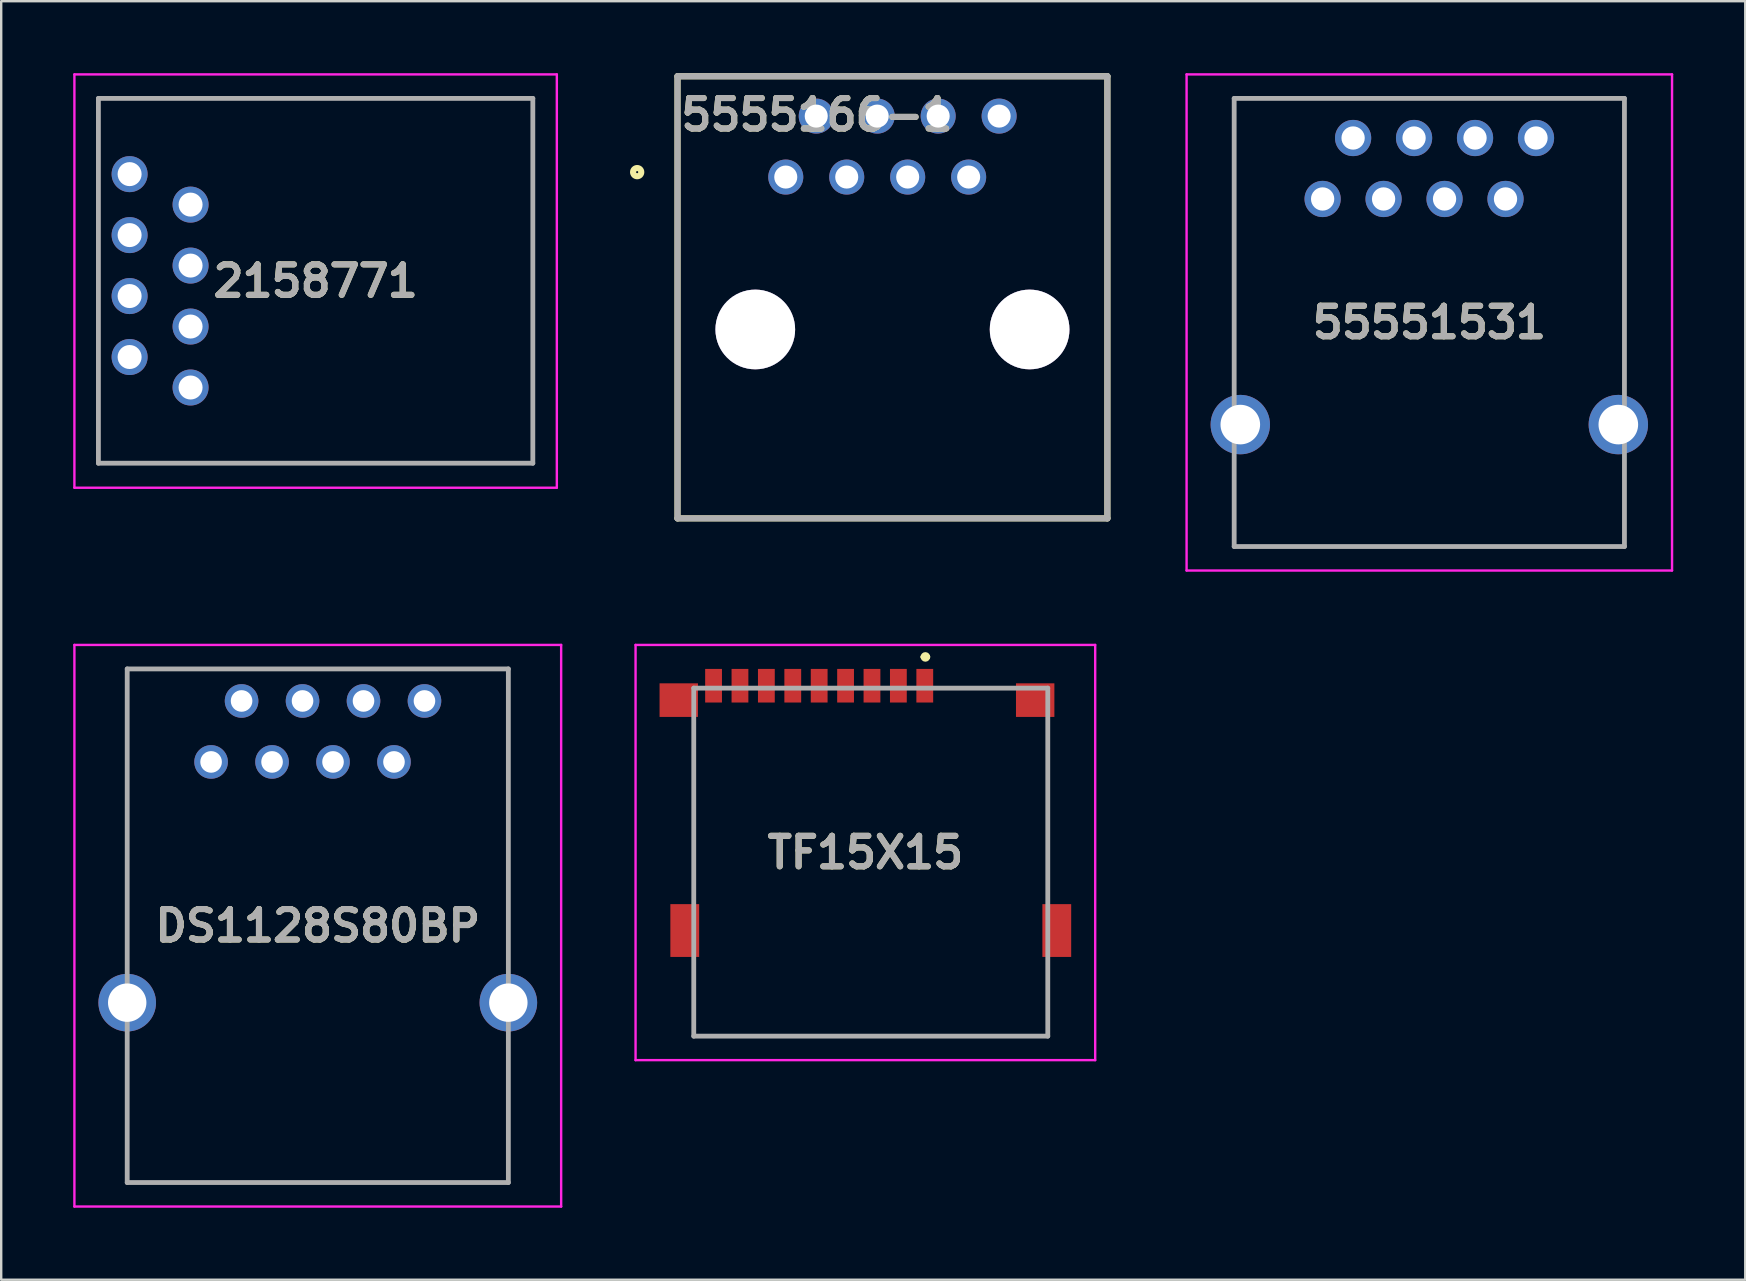
<source format=kicad_pcb>
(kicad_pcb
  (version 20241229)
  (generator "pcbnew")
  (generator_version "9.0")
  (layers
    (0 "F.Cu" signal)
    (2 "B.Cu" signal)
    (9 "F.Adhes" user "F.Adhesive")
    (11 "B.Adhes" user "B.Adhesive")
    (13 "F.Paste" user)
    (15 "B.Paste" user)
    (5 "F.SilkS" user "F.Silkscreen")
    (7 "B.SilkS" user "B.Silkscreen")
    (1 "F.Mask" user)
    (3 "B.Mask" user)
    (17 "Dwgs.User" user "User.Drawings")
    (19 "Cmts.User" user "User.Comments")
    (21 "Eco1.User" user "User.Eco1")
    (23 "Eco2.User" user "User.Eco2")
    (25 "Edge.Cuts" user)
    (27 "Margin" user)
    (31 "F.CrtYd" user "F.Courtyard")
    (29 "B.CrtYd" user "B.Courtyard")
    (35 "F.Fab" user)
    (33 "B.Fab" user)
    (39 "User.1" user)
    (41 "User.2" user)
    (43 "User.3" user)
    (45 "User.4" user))
  (footprint "TF15X15"
    (layer "F.Cu")
    (at 33.005 32.47)
    (property "Reference" "TF15X15" (at 0 0 0) (layer "F.SilkS") (effects (font (size 1.27 1.27) (thickness 0.254))))
    (attr through_hole)
    (fp_line (start -7.15 -5.35) (end -7.15 1.85) (stroke (width 0.1) (type solid)) (layer "F.SilkS"))
    (fp_line (start -7.15 4.55) (end -7.15 7.65) (stroke (width 0.1) (type solid)) (layer "F.SilkS"))
    (fp_line (start -7.15 7.65) (end 7.6 7.65) (stroke (width 0.1) (type solid)) (layer "F.SilkS"))
    (fp_line (start 2.4 -8.15) (end 2.4 -8.15) (stroke (width 0.2) (type solid)) (layer "F.SilkS"))
    (fp_line (start 2.6 -8.15) (end 2.6 -8.15) (stroke (width 0.2) (type solid)) (layer "F.SilkS"))
    (fp_line (start 6.1 -6.85) (end 3.1 -6.85) (stroke (width 0.1) (type solid)) (layer "F.SilkS"))
    (fp_line (start 7.6 1.85) (end 7.6 -5.35) (stroke (width 0.1) (type solid)) (layer "F.SilkS"))
    (fp_line (start 7.6 7.65) (end 7.6 4.55) (stroke (width 0.1) (type solid)) (layer "F.SilkS"))
    (fp_arc (start 2.4 -8.15) (mid 2.5 -8.25) (end 2.6 -8.15) (stroke (width 0.2) (type solid)) (layer "F.SilkS"))
    (fp_arc (start 2.6 -8.15) (mid 2.5 -8.05) (end 2.4 -8.15) (stroke (width 0.2) (type solid)) (layer "F.SilkS"))
    (fp_line (start -9.575 -8.65) (end 9.575 -8.65) (stroke (width 0.1) (type solid)) (layer "F.CrtYd"))
    (fp_line (start -9.575 8.65) (end -9.575 -8.65) (stroke (width 0.1) (type solid)) (layer "F.CrtYd"))
    (fp_line (start 9.575 -8.65) (end 9.575 8.65) (stroke (width 0.1) (type solid)) (layer "F.CrtYd"))
    (fp_line (start 9.575 8.65) (end -9.575 8.65) (stroke (width 0.1) (type solid)) (layer "F.CrtYd"))
    (fp_line (start -7.15 -6.85) (end 7.6 -6.85) (stroke (width 0.2) (type solid)) (layer "F.Fab"))
    (fp_line (start -7.15 7.65) (end -7.15 -6.85) (stroke (width 0.2) (type solid)) (layer "F.Fab"))
    (fp_line (start 7.6 -6.85) (end 7.6 7.65) (stroke (width 0.2) (type solid)) (layer "F.Fab"))
    (fp_line (start 7.6 7.65) (end -7.15 7.65) (stroke (width 0.2) (type solid)) (layer "F.Fab"))
    (fp_text user "${REFERENCE}" (at 0 0 0) (layer "F.Fab") (effects (font (size 1.27 1.27) (thickness 0.254))))
    (pad "" np_thru_hole circle (at -4.725 3.65) (size 0.001 0.001) (drill 0.9) (layers "*.Cu" "*.Mask"))
    (pad "" np_thru_hole circle (at 3.275 3.65) (size 0.001 0.001) (drill 0.9) (layers "*.Cu" "*.Mask"))
    (pad "1" smd rect (at 2.475 -6.95) (size 0.7 1.4) (layers "F.Cu" "F.Mask" "F.Paste"))
    (pad "2" smd rect (at 1.375 -6.95) (size 0.7 1.4) (layers "F.Cu" "F.Mask" "F.Paste"))
    (pad "3" smd rect (at 0.275 -6.95) (size 0.7 1.4) (layers "F.Cu" "F.Mask" "F.Paste"))
    (pad "4" smd rect (at -0.825 -6.95) (size 0.7 1.4) (layers "F.Cu" "F.Mask" "F.Paste"))
    (pad "5" smd rect (at -1.925 -6.95) (size 0.7 1.4) (layers "F.Cu" "F.Mask" "F.Paste"))
    (pad "6" smd rect (at -3.025 -6.95) (size 0.7 1.4) (layers "F.Cu" "F.Mask" "F.Paste"))
    (pad "7" smd rect (at -4.125 -6.95) (size 0.7 1.4) (layers "F.Cu" "F.Mask" "F.Paste"))
    (pad "8" smd rect (at -5.225 -6.95) (size 0.7 1.4) (layers "F.Cu" "F.Mask" "F.Paste"))
    (pad "9" smd rect (at -6.325 -6.95) (size 0.7 1.4) (layers "F.Cu" "F.Mask" "F.Paste"))
    (pad "MP1" smd rect (at -7.775 -6.35 90) (size 1.4 1.6) (layers "F.Cu" "F.Mask" "F.Paste"))
    (pad "MP2" smd rect (at 7.075 -6.35 90) (size 1.4 1.6) (layers "F.Cu" "F.Mask" "F.Paste"))
    (pad "MP3" smd rect (at -7.525 3.25) (size 1.2 2.2) (layers "F.Cu" "F.Mask" "F.Paste"))
    (pad "MP4" smd rect (at 7.975 3.25) (size 1.2 2.2) (layers "F.Cu" "F.Mask" "F.Paste")))
  (footprint "2158771"
    (layer "F.Cu")
    (at 2.35 4.205)
    (property "Reference" "2158771" (at 7.75 4.455 0) (layer "F.SilkS") (effects (font (size 1.27 1.27) (thickness 0.254))))
    (attr through_hole)
    (fp_line (start -1.3 -3.155) (end -1.3 12.065) (stroke (width 0.1) (type solid)) (layer "F.SilkS"))
    (fp_line (start -1.3 12.065) (end 16.8 12.065) (stroke (width 0.1) (type solid)) (layer "F.SilkS"))
    (fp_line (start 16.8 -3.155) (end -1.3 -3.155) (stroke (width 0.1) (type solid)) (layer "F.SilkS"))
    (fp_line (start 16.8 12.065) (end 16.8 -3.155) (stroke (width 0.1) (type solid)) (layer "F.SilkS"))
    (fp_line (start -2.3 -4.155) (end -2.3 13.065) (stroke (width 0.1) (type solid)) (layer "F.CrtYd"))
    (fp_line (start -2.3 13.065) (end 17.8 13.065) (stroke (width 0.1) (type solid)) (layer "F.CrtYd"))
    (fp_line (start 17.8 -4.155) (end -2.3 -4.155) (stroke (width 0.1) (type solid)) (layer "F.CrtYd"))
    (fp_line (start 17.8 13.065) (end 17.8 -4.155) (stroke (width 0.1) (type solid)) (layer "F.CrtYd"))
    (fp_line (start -1.3 -3.155) (end -1.3 12.045) (stroke (width 0.2) (type solid)) (layer "F.Fab"))
    (fp_line (start -1.3 12.045) (end 16.8 12.045) (stroke (width 0.2) (type solid)) (layer "F.Fab"))
    (fp_line (start 16.8 -3.155) (end -1.3 -3.155) (stroke (width 0.2) (type solid)) (layer "F.Fab"))
    (fp_line (start 16.8 12.045) (end 16.8 -3.155) (stroke (width 0.2) (type solid)) (layer "F.Fab"))
    (fp_text user "${REFERENCE}" (at 7.75 4.455 0) (layer "F.Fab") (effects (font (size 1.27 1.27) (thickness 0.254))))
    (pad "" np_thru_hole circle (at 8.9 -1.27) (size 0.001 0.001) (drill 3.33) (layers "*.Cu" "*.Mask"))
    (pad "" np_thru_hole circle (at 8.9 10.16) (size 0.001 0.001) (drill 3.33) (layers "*.Cu" "*.Mask"))
    (pad "1" thru_hole circle (at 0 0) (size 1.5 1.5) (drill 1) (layers "*.Cu" "*.Mask"))
    (pad "2" thru_hole circle (at 2.54 1.27) (size 1.5 1.5) (drill 1) (layers "*.Cu" "*.Mask"))
    (pad "3" thru_hole circle (at 0 2.54) (size 1.5 1.5) (drill 1) (layers "*.Cu" "*.Mask"))
    (pad "4" thru_hole circle (at 2.54 3.81) (size 1.5 1.5) (drill 1) (layers "*.Cu" "*.Mask"))
    (pad "5" thru_hole circle (at 0 5.08) (size 1.5 1.5) (drill 1) (layers "*.Cu" "*.Mask"))
    (pad "6" thru_hole circle (at 2.54 6.35) (size 1.5 1.5) (drill 1) (layers "*.Cu" "*.Mask"))
    (pad "7" thru_hole circle (at 0 7.62) (size 1.5 1.5) (drill 1) (layers "*.Cu" "*.Mask"))
    (pad "8" thru_hole circle (at 2.54 8.89) (size 1.5 1.5) (drill 1) (layers "*.Cu" "*.Mask")))
  (footprint "DS1128S80BP"
    (layer "F.Cu")
    (at 14.635 26.155)
    (property "Reference" "DS1128S80BP" (at -4.445 9.365 0) (layer "F.SilkS") (effects (font (size 1.27 1.27) (thickness 0.254))))
    (attr through_hole)
    (fp_line (start -12.385 -1.335) (end 3.495 -1.335) (stroke (width 0.1) (type solid)) (layer "F.SilkS"))
    (fp_line (start -12.385 10.16) (end -12.385 -1.335) (stroke (width 0.1) (type solid)) (layer "F.SilkS"))
    (fp_line (start -12.385 15.24) (end -12.385 20.065) (stroke (width 0.1) (type solid)) (layer "F.SilkS"))
    (fp_line (start -12.385 20.065) (end 3.495 20.065) (stroke (width 0.1) (type solid)) (layer "F.SilkS"))
    (fp_line (start 3.495 -1.335) (end 3.495 10.16) (stroke (width 0.1) (type solid)) (layer "F.SilkS"))
    (fp_line (start 3.495 20.065) (end 3.495 15.24) (stroke (width 0.1) (type solid)) (layer "F.SilkS"))
    (fp_line (start -14.585 -2.335) (end 5.695 -2.335) (stroke (width 0.1) (type solid)) (layer "F.CrtYd"))
    (fp_line (start -14.585 21.065) (end -14.585 -2.335) (stroke (width 0.1) (type solid)) (layer "F.CrtYd"))
    (fp_line (start 5.695 -2.335) (end 5.695 21.065) (stroke (width 0.1) (type solid)) (layer "F.CrtYd"))
    (fp_line (start 5.695 21.065) (end -14.585 21.065) (stroke (width 0.1) (type solid)) (layer "F.CrtYd"))
    (fp_line (start -12.385 -1.335) (end 3.495 -1.335) (stroke (width 0.2) (type solid)) (layer "F.Fab"))
    (fp_line (start -12.385 20.065) (end -12.385 -1.335) (stroke (width 0.2) (type solid)) (layer "F.Fab"))
    (fp_line (start 3.495 -1.335) (end 3.495 20.065) (stroke (width 0.2) (type solid)) (layer "F.Fab"))
    (fp_line (start 3.495 20.065) (end -12.385 20.065) (stroke (width 0.2) (type solid)) (layer "F.Fab"))
    (fp_text user "${REFERENCE}" (at -4.445 9.365 0) (layer "F.Fab") (effects (font (size 1.27 1.27) (thickness 0.254))))
    (pad "" np_thru_hole circle (at -10.16 8.89) (size 0.001 0.001) (drill 3.25) (layers "*.Cu" "*.Mask"))
    (pad "" np_thru_hole circle (at 1.27 8.89) (size 0.001 0.001) (drill 3.25) (layers "*.Cu" "*.Mask"))
    (pad "1" thru_hole circle (at 0 0) (size 1.4 1.4) (drill 0.9) (layers "*.Cu" "*.Mask"))
    (pad "2" thru_hole circle (at -1.27 2.54) (size 1.4 1.4) (drill 0.9) (layers "*.Cu" "*.Mask"))
    (pad "3" thru_hole circle (at -2.54 0) (size 1.4 1.4) (drill 0.9) (layers "*.Cu" "*.Mask"))
    (pad "4" thru_hole circle (at -3.81 2.54) (size 1.4 1.4) (drill 0.9) (layers "*.Cu" "*.Mask"))
    (pad "5" thru_hole circle (at -5.08 0) (size 1.4 1.4) (drill 0.9) (layers "*.Cu" "*.Mask"))
    (pad "6" thru_hole circle (at -6.35 2.54) (size 1.4 1.4) (drill 0.9) (layers "*.Cu" "*.Mask"))
    (pad "7" thru_hole circle (at -7.62 0) (size 1.4 1.4) (drill 0.9) (layers "*.Cu" "*.Mask"))
    (pad "8" thru_hole circle (at -8.89 2.54) (size 1.4 1.4) (drill 0.9) (layers "*.Cu" "*.Mask"))
    (pad "MH3" thru_hole circle (at 3.495 12.57) (size 2.4 2.4) (drill 1.6) (layers "*.Cu" "*.Mask"))
    (pad "MH4" thru_hole circle (at -12.385 12.57) (size 2.4 2.4) (drill 1.6) (layers "*.Cu" "*.Mask")))
  (footprint "5555166-1"
    (layer "F.Cu")
    (at 43.088 18.547)
    (property "Reference" "5555166-1" (at -12.102 -16.817 0) (layer "F.SilkS") (effects (font (size 1.27 1.27) (thickness 0.254))))
    (attr through_hole)
    (fp_line (start -17.91 -18.42) (end -17.91 0) (stroke (width 0.254) (type solid)) (layer "F.SilkS"))
    (fp_line (start -17.91 0) (end 0 0) (stroke (width 0.254) (type solid)) (layer "F.SilkS"))
    (fp_line (start 0 -18.42) (end -17.91 -18.42) (stroke (width 0.254) (type solid)) (layer "F.SilkS"))
    (fp_line (start 0 0) (end 0 -18.42) (stroke (width 0.254) (type solid)) (layer "F.SilkS"))
    (fp_circle (center -19.591 -14.425) (end -19.591 -14.254) (stroke (width 0.254) (type solid)) (fill no) (layer "F.SilkS"))
    (fp_line (start -17.91 -18.42) (end 0 -18.42) (stroke (width 0.254) (type solid)) (layer "F.Fab"))
    (fp_line (start -17.91 0) (end -17.91 -18.42) (stroke (width 0.254) (type solid)) (layer "F.Fab"))
    (fp_line (start 0 -18.42) (end 0 0) (stroke (width 0.254) (type solid)) (layer "F.Fab"))
    (fp_line (start 0 0) (end -17.91 0) (stroke (width 0.254) (type solid)) (layer "F.Fab"))
    (fp_text user "${REFERENCE}" (at -12.102 -16.817 0) (layer "F.Fab") (effects (font (size 1.27 1.27) (thickness 0.254))))
    (pad "" thru_hole circle (at -14.67 -7.87) (size 3.32 3.32) (drill 3.32) (layers "*.Cu" "*.Mask"))
    (pad "" thru_hole circle (at -3.24 -7.87) (size 3.32 3.32) (drill 3.32) (layers "*.Cu" "*.Mask"))
    (pad "1" thru_hole circle (at -12.13 -16.76) (size 1.46 1.46) (drill 0.96) (layers "*.Cu" "*.Mask"))
    (pad "2" thru_hole circle (at -9.59 -16.76) (size 1.46 1.46) (drill 0.96) (layers "*.Cu" "*.Mask"))
    (pad "3" thru_hole circle (at -7.05 -16.76) (size 1.46 1.46) (drill 0.96) (layers "*.Cu" "*.Mask"))
    (pad "4" thru_hole circle (at -4.51 -16.76) (size 1.46 1.46) (drill 0.96) (layers "*.Cu" "*.Mask"))
    (pad "5" thru_hole circle (at -13.4 -14.22) (size 1.46 1.46) (drill 0.96) (layers "*.Cu" "*.Mask"))
    (pad "6" thru_hole circle (at -10.86 -14.22) (size 1.46 1.46) (drill 0.96) (layers "*.Cu" "*.Mask"))
    (pad "7" thru_hole circle (at -8.32 -14.22) (size 1.46 1.46) (drill 0.96) (layers "*.Cu" "*.Mask"))
    (pad "8" thru_hole circle (at -5.78 -14.22) (size 1.46 1.46) (drill 0.96) (layers "*.Cu" "*.Mask")))
  (footprint "55551531"
    (layer "F.Cu")
    (at 56.501 10.385)
    (property "Reference" "55551531" (at 0 0 0) (layer "F.SilkS") (effects (font (size 1.27 1.27) (thickness 0.254))))
    (attr through_hole)
    (fp_line (start -8.13 -9.335) (end 8.13 -9.335) (stroke (width 0.1) (type solid)) (layer "F.SilkS"))
    (fp_line (start -8.13 1.715) (end -8.13 -9.335) (stroke (width 0.1) (type solid)) (layer "F.SilkS"))
    (fp_line (start -8.13 6.795) (end -8.13 9.335) (stroke (width 0.1) (type solid)) (layer "F.SilkS"))
    (fp_line (start -8.13 9.335) (end 8.13 9.335) (stroke (width 0.1) (type solid)) (layer "F.SilkS"))
    (fp_line (start 8.13 -9.335) (end 8.13 1.715) (stroke (width 0.1) (type solid)) (layer "F.SilkS"))
    (fp_line (start 8.13 9.335) (end 8.13 6.795) (stroke (width 0.1) (type solid)) (layer "F.SilkS"))
    (fp_line (start -10.113 -10.335) (end 10.113 -10.335) (stroke (width 0.1) (type solid)) (layer "F.CrtYd"))
    (fp_line (start -10.113 10.335) (end -10.113 -10.335) (stroke (width 0.1) (type solid)) (layer "F.CrtYd"))
    (fp_line (start 10.113 -10.335) (end 10.113 10.335) (stroke (width 0.1) (type solid)) (layer "F.CrtYd"))
    (fp_line (start 10.113 10.335) (end -10.113 10.335) (stroke (width 0.1) (type solid)) (layer "F.CrtYd"))
    (fp_line (start -8.13 -9.335) (end 8.13 -9.335) (stroke (width 0.2) (type solid)) (layer "F.Fab"))
    (fp_line (start -8.13 9.335) (end -8.13 -9.335) (stroke (width 0.2) (type solid)) (layer "F.Fab"))
    (fp_line (start 8.13 -9.335) (end 8.13 9.335) (stroke (width 0.2) (type solid)) (layer "F.Fab"))
    (fp_line (start 8.13 9.335) (end -8.13 9.335) (stroke (width 0.2) (type solid)) (layer "F.Fab"))
    (fp_text user "${REFERENCE}" (at 0 0 0) (layer "F.Fab") (effects (font (size 1.27 1.27) (thickness 0.254))))
    (pad "" np_thru_hole circle (at -5.715 1.205) (size 0.001 0.001) (drill 3.33) (layers "*.Cu" "*.Mask"))
    (pad "" np_thru_hole circle (at 5.715 1.205) (size 0.001 0.001) (drill 3.33) (layers "*.Cu" "*.Mask"))
    (pad "1" thru_hole circle (at 4.445 -7.685) (size 1.509 1.509) (drill 0.97) (layers "*.Cu" "*.Mask"))
    (pad "2" thru_hole circle (at 3.175 -5.145) (size 1.509 1.509) (drill 0.97) (layers "*.Cu" "*.Mask"))
    (pad "3" thru_hole circle (at 1.905 -7.685) (size 1.509 1.509) (drill 0.97) (layers "*.Cu" "*.Mask"))
    (pad "4" thru_hole circle (at 0.635 -5.145) (size 1.509 1.509) (drill 0.97) (layers "*.Cu" "*.Mask"))
    (pad "5" thru_hole circle (at -0.635 -7.685) (size 1.509 1.509) (drill 0.97) (layers "*.Cu" "*.Mask"))
    (pad "6" thru_hole circle (at -1.905 -5.145) (size 1.509 1.509) (drill 0.97) (layers "*.Cu" "*.Mask"))
    (pad "7" thru_hole circle (at -3.175 -7.685) (size 1.509 1.509) (drill 0.97) (layers "*.Cu" "*.Mask"))
    (pad "8" thru_hole circle (at -4.445 -5.145) (size 1.509 1.509) (drill 0.97) (layers "*.Cu" "*.Mask"))
    (pad "9" thru_hole circle (at -7.875 4.255) (size 2.475 2.475) (drill 1.65) (layers "*.Cu" "*.Mask"))
    (pad "10" thru_hole circle (at 7.875 4.255) (size 2.475 2.475) (drill 1.65) (layers "*.Cu" "*.Mask")))
  (gr_rect
    (start -3 -3)
    (end 69.664 50.27)
    (stroke (width 0.1) (type default))
    (fill no)
    (layer "Edge.Cuts")))
</source>
